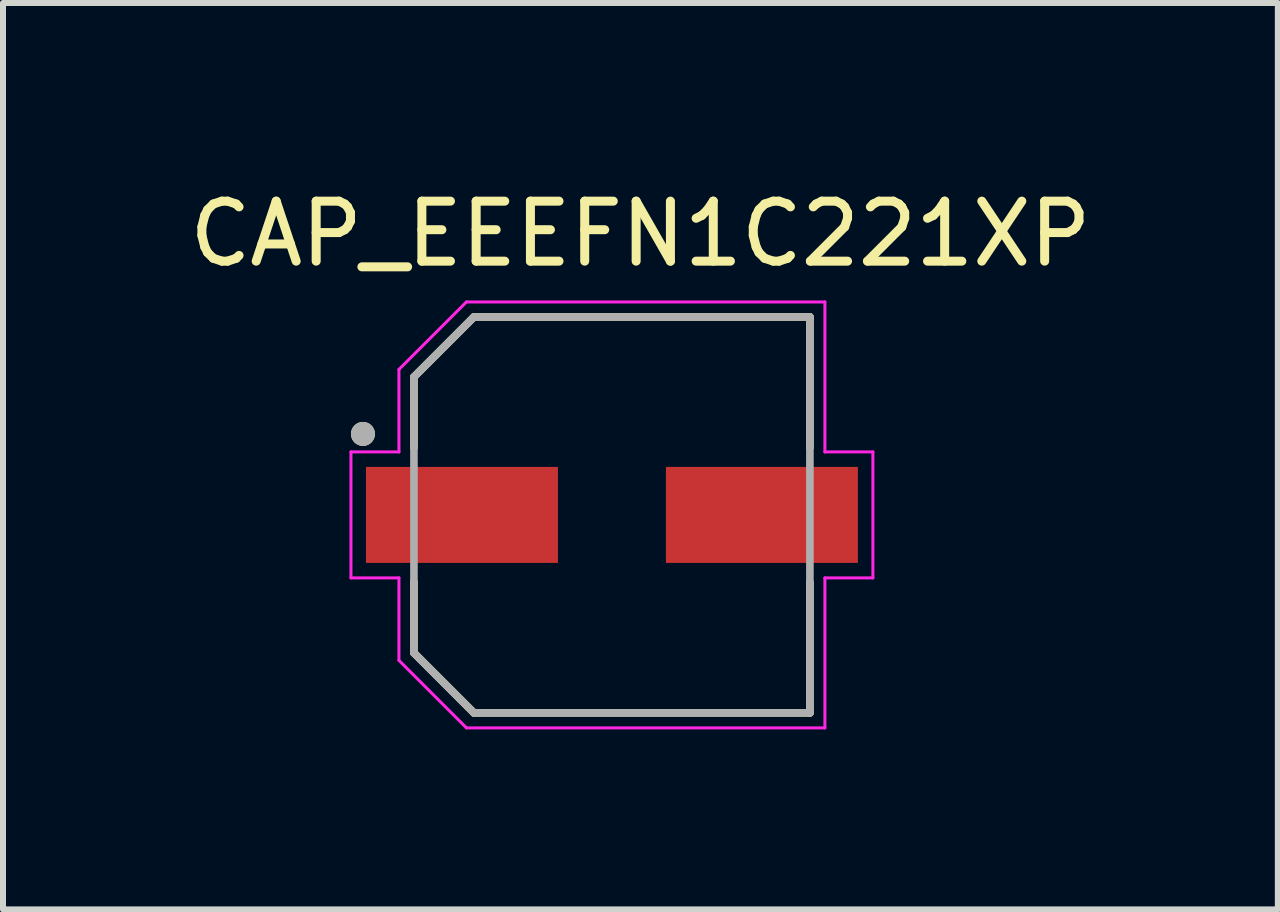
<source format=kicad_pcb>
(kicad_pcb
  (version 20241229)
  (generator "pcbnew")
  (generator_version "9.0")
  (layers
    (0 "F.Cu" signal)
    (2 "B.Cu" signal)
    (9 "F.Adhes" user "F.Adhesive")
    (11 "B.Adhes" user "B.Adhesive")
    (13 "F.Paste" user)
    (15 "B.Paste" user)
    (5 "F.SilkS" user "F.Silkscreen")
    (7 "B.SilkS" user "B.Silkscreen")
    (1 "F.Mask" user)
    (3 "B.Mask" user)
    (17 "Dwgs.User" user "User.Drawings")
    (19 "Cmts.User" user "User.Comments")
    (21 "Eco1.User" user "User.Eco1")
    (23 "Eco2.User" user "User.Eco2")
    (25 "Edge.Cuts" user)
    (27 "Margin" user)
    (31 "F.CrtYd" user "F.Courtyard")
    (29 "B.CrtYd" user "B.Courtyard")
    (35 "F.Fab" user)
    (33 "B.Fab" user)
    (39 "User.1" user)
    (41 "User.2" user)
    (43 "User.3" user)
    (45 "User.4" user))
  (footprint "CAP_EEEFN1C221XP"
    (layer "F.Cu")
    (at 7.15 5.533)
    (property "Reference" "CAP_EEEFN1C221XP" (at 0.475 -4.685 0) (layer "F.SilkS") (effects (font (size 1 1) (thickness 0.15))))
    (attr smd)
    (fp_line (start -3.3 -2.3) (end -3.3 -1.12) (stroke (width 0.127) (type solid)) (layer "F.SilkS"))
    (fp_line (start -3.3 1.12) (end -3.3 2.3) (stroke (width 0.127) (type solid)) (layer "F.SilkS"))
    (fp_line (start -3.3 2.3) (end -2.3 3.3) (stroke (width 0.127) (type solid)) (layer "F.SilkS"))
    (fp_line (start -2.3 -3.3) (end -3.3 -2.3) (stroke (width 0.127) (type solid)) (layer "F.SilkS"))
    (fp_line (start -2.3 3.3) (end 3.3 3.3) (stroke (width 0.127) (type solid)) (layer "F.SilkS"))
    (fp_line (start 3.3 -3.3) (end -2.3 -3.3) (stroke (width 0.127) (type solid)) (layer "F.SilkS"))
    (fp_line (start 3.3 -1.12) (end 3.3 -3.3) (stroke (width 0.127) (type solid)) (layer "F.SilkS"))
    (fp_line (start 3.3 3.3) (end 3.3 1.12) (stroke (width 0.127) (type solid)) (layer "F.SilkS"))
    (fp_circle (center -4.15 -1.35) (end -4.05 -1.35) (stroke (width 0.2) (type solid)) (fill no) (layer "F.SilkS"))
    (fp_line (start -4.35 -1.05) (end -3.55 -1.05) (stroke (width 0.05) (type solid)) (layer "F.CrtYd"))
    (fp_line (start -4.35 1.05) (end -4.35 -1.05) (stroke (width 0.05) (type solid)) (layer "F.CrtYd"))
    (fp_line (start -3.55 -2.425) (end -2.425 -3.55) (stroke (width 0.05) (type solid)) (layer "F.CrtYd"))
    (fp_line (start -3.55 -1.05) (end -3.55 -2.425) (stroke (width 0.05) (type solid)) (layer "F.CrtYd"))
    (fp_line (start -3.55 1.05) (end -4.35 1.05) (stroke (width 0.05) (type solid)) (layer "F.CrtYd"))
    (fp_line (start -3.55 2.425) (end -3.55 1.05) (stroke (width 0.05) (type solid)) (layer "F.CrtYd"))
    (fp_line (start -2.425 -3.55) (end 3.55 -3.55) (stroke (width 0.05) (type solid)) (layer "F.CrtYd"))
    (fp_line (start -2.425 3.55) (end -3.55 2.425) (stroke (width 0.05) (type solid)) (layer "F.CrtYd"))
    (fp_line (start 3.55 -3.55) (end 3.55 -1.05) (stroke (width 0.05) (type solid)) (layer "F.CrtYd"))
    (fp_line (start 3.55 -1.05) (end 4.35 -1.05) (stroke (width 0.05) (type solid)) (layer "F.CrtYd"))
    (fp_line (start 3.55 1.05) (end 3.55 3.55) (stroke (width 0.05) (type solid)) (layer "F.CrtYd"))
    (fp_line (start 3.55 3.55) (end -2.425 3.55) (stroke (width 0.05) (type solid)) (layer "F.CrtYd"))
    (fp_line (start 4.35 -1.05) (end 4.35 1.05) (stroke (width 0.05) (type solid)) (layer "F.CrtYd"))
    (fp_line (start 4.35 1.05) (end 3.55 1.05) (stroke (width 0.05) (type solid)) (layer "F.CrtYd"))
    (fp_line (start -3.3 -2.3) (end -3.3 2.3) (stroke (width 0.127) (type solid)) (layer "F.Fab"))
    (fp_line (start -3.3 2.3) (end -2.3 3.3) (stroke (width 0.127) (type solid)) (layer "F.Fab"))
    (fp_line (start -2.3 -3.3) (end -3.3 -2.3) (stroke (width 0.127) (type solid)) (layer "F.Fab"))
    (fp_line (start -2.3 3.3) (end 3.3 3.3) (stroke (width 0.127) (type solid)) (layer "F.Fab"))
    (fp_line (start 3.3 -3.3) (end -2.3 -3.3) (stroke (width 0.127) (type solid)) (layer "F.Fab"))
    (fp_line (start 3.3 3.3) (end 3.3 -3.3) (stroke (width 0.127) (type solid)) (layer "F.Fab"))
    (fp_circle (center -4.15 -1.35) (end -4.05 -1.35) (stroke (width 0.2) (type solid)) (fill no) (layer "F.Fab"))
    (pad "1" smd rect (at -2.5 0) (size 3.2 1.6) (layers "F.Cu" "F.Mask" "F.Paste"))
    (pad "2" smd rect (at 2.5 0) (size 3.2 1.6) (layers "F.Cu" "F.Mask" "F.Paste")))
  (gr_rect
    (start -3 -3)
    (end 18.25 12.108)
    (stroke (width 0.1) (type default))
    (fill no)
    (layer "Edge.Cuts")))
</source>
